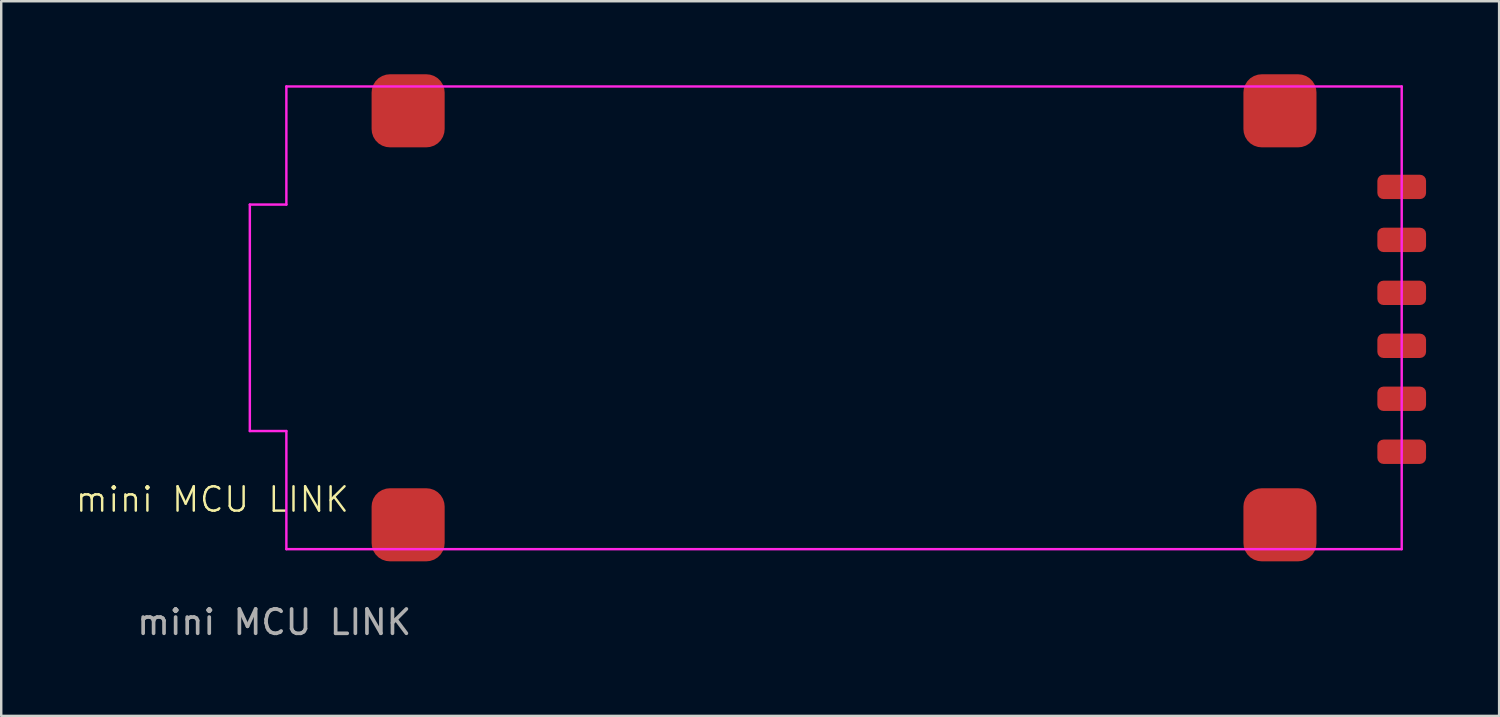
<source format=kicad_pcb>
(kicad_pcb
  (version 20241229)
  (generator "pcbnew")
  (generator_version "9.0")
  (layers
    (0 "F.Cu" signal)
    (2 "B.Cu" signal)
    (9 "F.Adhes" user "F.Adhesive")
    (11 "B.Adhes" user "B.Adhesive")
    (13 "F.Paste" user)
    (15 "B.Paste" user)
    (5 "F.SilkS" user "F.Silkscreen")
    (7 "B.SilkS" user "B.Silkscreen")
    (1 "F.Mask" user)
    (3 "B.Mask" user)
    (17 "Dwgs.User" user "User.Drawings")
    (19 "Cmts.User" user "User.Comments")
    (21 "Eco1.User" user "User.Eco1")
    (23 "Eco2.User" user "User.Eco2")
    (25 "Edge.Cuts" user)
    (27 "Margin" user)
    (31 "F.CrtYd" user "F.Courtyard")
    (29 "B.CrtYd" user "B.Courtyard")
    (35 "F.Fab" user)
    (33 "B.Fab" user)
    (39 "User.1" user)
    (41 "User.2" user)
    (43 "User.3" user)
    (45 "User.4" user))
  (footprint "mini MCU LINK"
    (layer "F.Cu")
    (at 8.209 20)
    (property "Reference" "mini MCU LINK" (at -2.54 -2.54 0) (unlocked yes) (layer "F.SilkS") (effects (font (size 1 1) (thickness 0.1))))
    (attr smd)
    (fp_line (start -1 -14.65) (end 0.5 -14.65) (stroke (width 0.1) (type default)) (layer "F.CrtYd"))
    (fp_line (start -1 -5.35) (end -1 -14.65) (stroke (width 0.1) (type default)) (layer "F.CrtYd"))
    (fp_line (start -1 -5.35) (end 0.5 -5.35) (stroke (width 0.1) (type default)) (layer "F.CrtYd"))
    (fp_line (start 0.5 -19.5) (end 0.5 -14.65) (stroke (width 0.1) (type default)) (layer "F.CrtYd"))
    (fp_line (start 0.5 -19.5) (end 46.3 -19.5) (stroke (width 0.1) (type default)) (layer "F.CrtYd"))
    (fp_line (start 0.5 -0.5) (end 0.5 -5.35) (stroke (width 0.1) (type default)) (layer "F.CrtYd"))
    (fp_line (start 0.5 -0.5) (end 46.3 -0.5) (stroke (width 0.1) (type default)) (layer "F.CrtYd"))
    (fp_line (start 46.3 -19.5) (end 46.3 -0.5) (stroke (width 0.1) (type default)) (layer "F.CrtYd"))
    (fp_text user "${REFERENCE}" (at 0 2.5 0) (unlocked yes) (layer "F.Fab") (effects (font (size 1 1) (thickness 0.15))))
    (pad "1" smd roundrect (at 5.5 -18.5) (size 3 3) (layers "F.Cu" "F.Mask" "F.Paste") (roundrect_rratio 0.25))
    (pad "1" smd roundrect (at 5.5 -1.5) (size 3 3) (layers "F.Cu" "F.Mask" "F.Paste") (roundrect_rratio 0.25))
    (pad "1" smd roundrect (at 41.3 -18.5) (size 3 3) (layers "F.Cu" "F.Mask" "F.Paste") (roundrect_rratio 0.25))
    (pad "1" smd roundrect (at 41.3 -1.5) (size 3 3) (layers "F.Cu" "F.Mask" "F.Paste") (roundrect_rratio 0.25))
    (pad "2" smd roundrect (at 46.3 -8.85 90) (size 1 2) (layers "F.Cu" "F.Mask" "F.Paste") (roundrect_rratio 0.25))
    (pad "3" smd roundrect (at 46.3 -11.025 90) (size 1 2) (layers "F.Cu" "F.Mask" "F.Paste") (roundrect_rratio 0.25))
    (pad "4" smd roundrect (at 46.3 -4.5) (size 2 1) (layers "F.Cu" "F.Mask" "F.Paste") (roundrect_rratio 0.25))
    (pad "5" smd roundrect (at 46.3 -6.675) (size 2 1) (layers "F.Cu" "F.Mask" "F.Paste") (roundrect_rratio 0.25))
    (pad "6" smd roundrect (at 46.3 -13.2) (size 2 1) (layers "F.Cu" "F.Mask" "F.Paste") (roundrect_rratio 0.25))
    (pad "7" smd roundrect (at 46.3 -15.375) (size 2 1) (layers "F.Cu" "F.Mask" "F.Paste") (roundrect_rratio 0.25)))
  (gr_rect
    (start -3 -3)
    (end 58.509 26.348)
    (stroke (width 0.1) (type default))
    (fill no)
    (layer "Edge.Cuts")))
</source>
